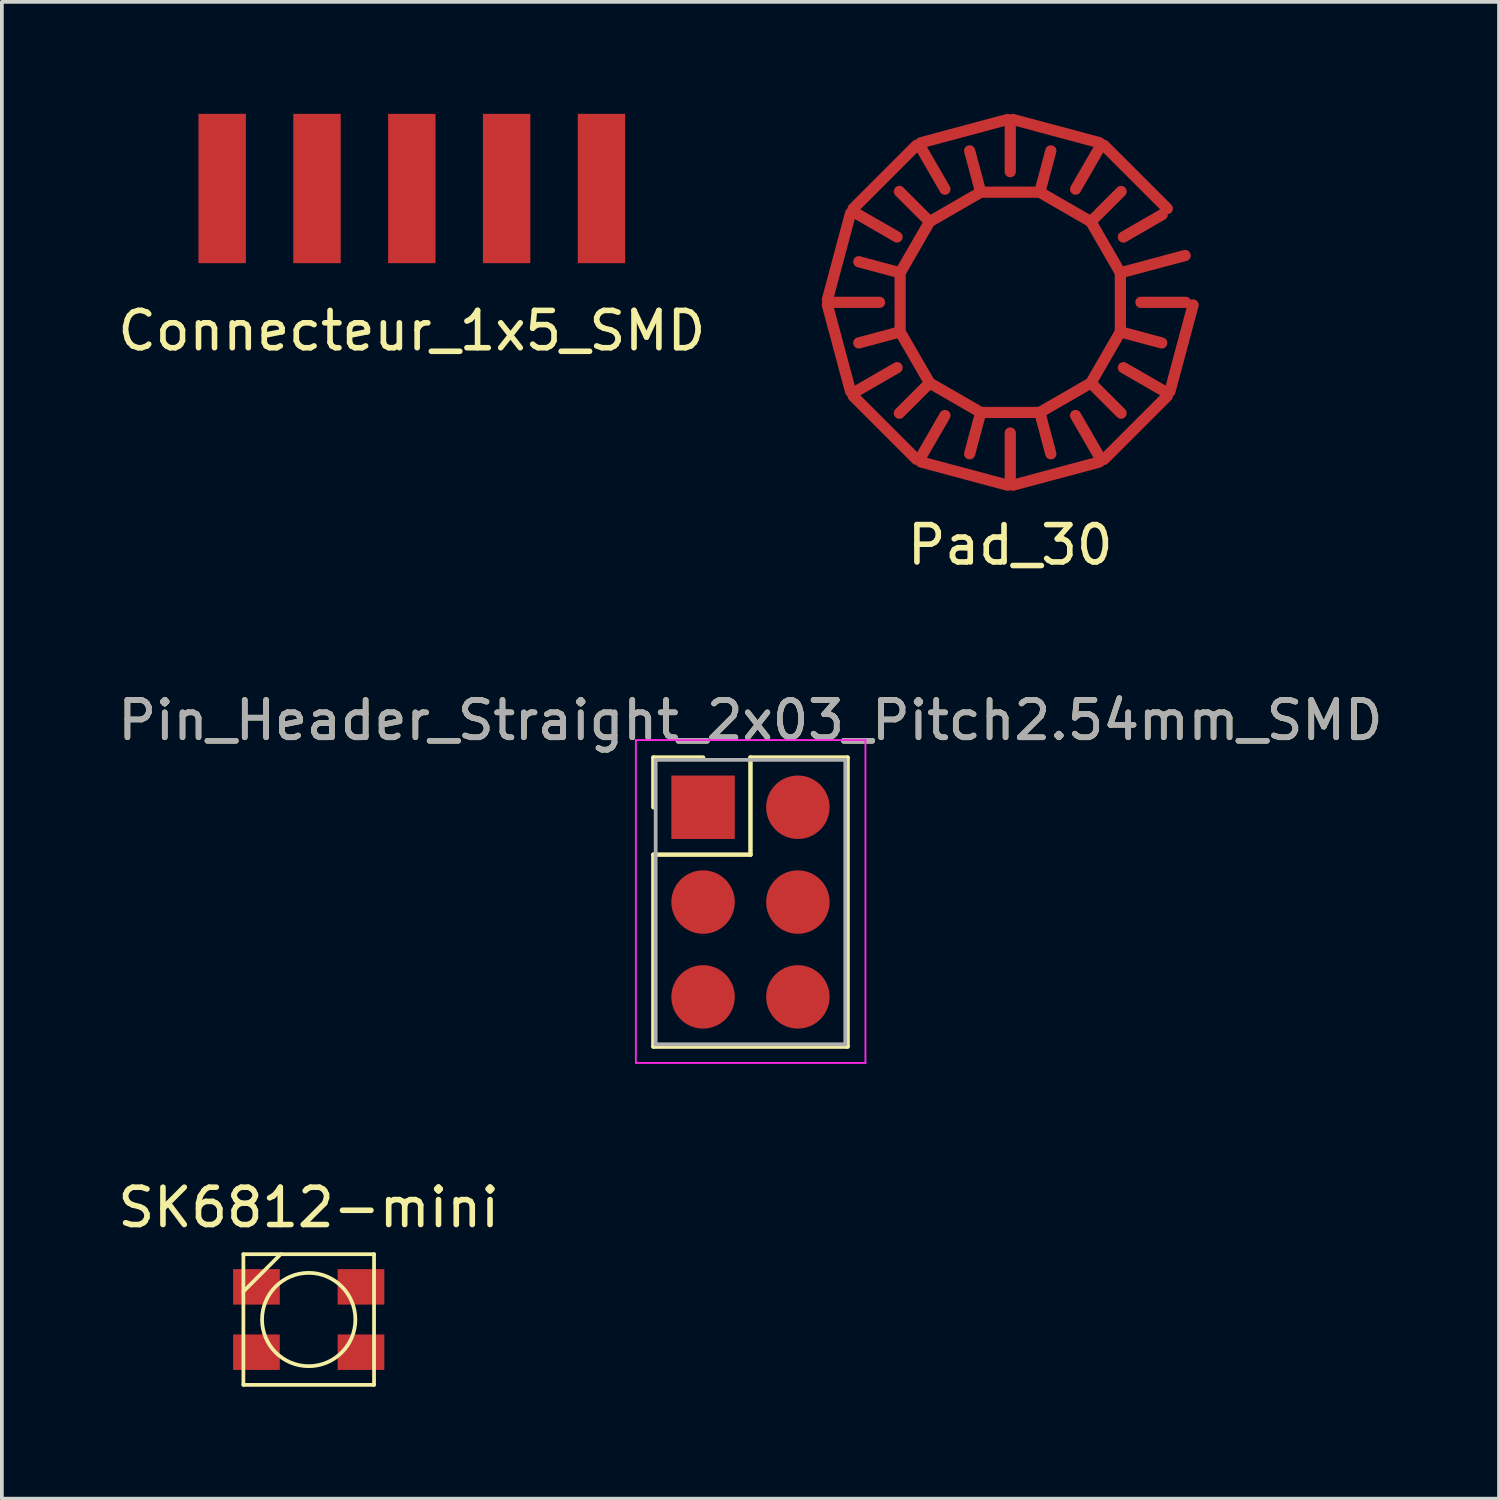
<source format=kicad_pcb>
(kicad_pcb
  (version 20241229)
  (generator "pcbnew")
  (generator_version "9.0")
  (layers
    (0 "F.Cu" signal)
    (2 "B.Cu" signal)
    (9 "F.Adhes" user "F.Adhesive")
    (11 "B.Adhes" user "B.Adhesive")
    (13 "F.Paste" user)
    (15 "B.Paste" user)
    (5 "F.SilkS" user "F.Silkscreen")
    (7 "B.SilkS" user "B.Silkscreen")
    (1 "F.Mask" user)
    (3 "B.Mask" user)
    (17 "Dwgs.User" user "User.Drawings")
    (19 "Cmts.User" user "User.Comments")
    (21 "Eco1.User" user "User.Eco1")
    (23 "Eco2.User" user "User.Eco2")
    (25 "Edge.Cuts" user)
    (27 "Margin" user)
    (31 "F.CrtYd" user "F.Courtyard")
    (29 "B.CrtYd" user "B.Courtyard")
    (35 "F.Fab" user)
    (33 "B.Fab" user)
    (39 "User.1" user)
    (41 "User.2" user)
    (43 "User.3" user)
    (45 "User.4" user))
  (footprint "Pad_30"
    (layer "F.Cu")
    (at 24.013 5.049)
    (property "Reference" "Pad_30" (at 0 6.5 0) (layer "F.SilkS") (effects (font (size 1 1) (thickness 0.15))))
    (attr through_hole)
    (fp_circle (center 0 0) (end 3.25 0) (stroke (width 0.3) (type solid)) (fill no) (layer "F.Mask"))
    (fp_circle (center 0 0) (end 3.5 0) (stroke (width 0.3) (type solid)) (fill no) (layer "F.Mask"))
    (fp_circle (center 0 0) (end 3.75 0.25) (stroke (width 0.3) (type solid)) (fill no) (layer "F.Mask"))
    (fp_circle (center 0 0) (end 4 0) (stroke (width 0.3) (type solid)) (fill no) (layer "F.Mask"))
    (fp_circle (center 0 0) (end 4.25 0) (stroke (width 0.3) (type solid)) (fill no) (layer "F.Mask"))
    (fp_circle (center 0 0) (end 4.5 0) (stroke (width 0.3) (type solid)) (fill no) (layer "F.Mask"))
    (fp_circle (center 0 0) (end 4.75 0) (stroke (width 0.3) (type solid)) (fill no) (layer "F.Mask"))
    (fp_line (start -2 -2) (end -2 2) (stroke (width 0.1) (type solid)) (layer "Eco1.User"))
    (fp_line (start -2 2) (end 2 2) (stroke (width 0.1) (type solid)) (layer "Eco1.User"))
    (fp_line (start 2 -2) (end -2 -2) (stroke (width 0.1) (type solid)) (layer "Eco1.User"))
    (fp_line (start 2 2) (end 2 -2) (stroke (width 0.1) (type solid)) (layer "Eco1.User"))
    (pad "1" connect oval (at -3.526 -0.945 165) (size 1.4 0.3) (layers "F.Cu" "F.Mask"))
    (pad "1" connect oval (at -3.526 0.945 195) (size 1.4 0.3) (layers "F.Cu" "F.Mask"))
    (pad "1" connect oval (at -2.95 0 180) (size 0.3 1.8) (layers "F.Cu" "F.Mask"))
    (pad "1" connect oval (at -2.581 2.581 225) (size 1.4 0.3) (layers "F.Cu" "F.Mask"))
    (pad "1" connect oval (at -2.581 -2.581 135) (size 1.4 0.3) (layers "F.Cu" "F.Mask"))
    (pad "1" connect oval (at -2.555 -1.475 150) (size 0.3 1.8) (layers "F.Cu" "F.Mask"))
    (pad "1" connect oval (at -2.555 1.475 210) (size 0.3 1.8) (layers "F.Cu" "F.Mask"))
    (pad "1" connect oval (at -1.475 -2.555 120) (size 0.3 1.8) (layers "F.Cu" "F.Mask"))
    (pad "1" connect oval (at -1.475 2.555 240) (size 0.3 1.8) (layers "F.Cu" "F.Mask"))
    (pad "1" connect oval (at -0.945 3.526 255) (size 1.4 0.3) (layers "F.Cu" "F.Mask"))
    (pad "1" connect oval (at -0.945 -3.526 105) (size 1.4 0.3) (layers "F.Cu" "F.Mask"))
    (pad "1" connect oval (at 0 -2.95 90) (size 0.3 1.8) (layers "F.Cu" "F.Mask"))
    (pad "1" connect oval (at 0 2.95 270) (size 0.3 1.8) (layers "F.Cu" "F.Mask"))
    (pad "1" connect oval (at 0.945 3.526 285) (size 1.4 0.3) (layers "F.Cu" "F.Mask"))
    (pad "1" connect oval (at 0.945 -3.526 75) (size 1.4 0.3) (layers "F.Cu" "F.Mask"))
    (pad "1" connect oval (at 1.475 -2.555 60) (size 0.3 1.8) (layers "F.Cu" "F.Mask"))
    (pad "1" connect oval (at 1.475 2.555 300) (size 0.3 1.8) (layers "F.Cu" "F.Mask"))
    (pad "1" connect oval (at 2.555 -1.475 30) (size 0.3 1.8) (layers "F.Cu" "F.Mask"))
    (pad "1" connect oval (at 2.555 1.475 330) (size 0.3 1.8) (layers "F.Cu" "F.Mask"))
    (pad "1" connect oval (at 2.581 2.581 315) (size 1.4 0.3) (layers "F.Cu" "F.Mask"))
    (pad "1" connect oval (at 2.581 -2.581 45) (size 1.4 0.3) (layers "F.Cu" "F.Mask"))
    (pad "1" connect oval (at 2.95 0) (size 0.3 1.8) (layers "F.Cu" "F.Mask"))
    (pad "1" connect oval (at 3.526 0.945 345) (size 1.4 0.3) (layers "F.Cu" "F.Mask"))
    (pad "1" connect oval (at 3.864 -1.035 15) (size 2 0.3) (layers "F.Cu" "F.Mask"))
    (pad "2" connect oval (at -4.588 -1.229 165) (size 0.3 2.7) (layers "F.Cu" "F.Mask"))
    (pad "2" connect oval (at -4.588 1.229 195) (size 0.3 2.7) (layers "F.Cu" "F.Mask"))
    (pad "2" connect oval (at -4.1 0 180) (size 1.5 0.3) (layers "F.Cu" "F.Mask"))
    (pad "2" connect oval (at -3.551 -2.05 150) (size 1.5 0.3) (layers "F.Cu" "F.Mask"))
    (pad "2" connect oval (at -3.551 2.05 210) (size 1.5 0.3) (layers "F.Cu" "F.Mask"))
    (pad "2" connect oval (at -3.359 3.359 225) (size 0.3 2.7) (layers "F.Cu" "F.Mask"))
    (pad "2" connect oval (at -3.359 -3.359 135) (size 0.3 2.7) (layers "F.Cu" "F.Mask"))
    (pad "2" connect oval (at -2.05 -3.551 120) (size 1.5 0.3) (layers "F.Cu" "F.Mask"))
    (pad "2" connect oval (at -2.05 3.551 240) (size 1.5 0.3) (layers "F.Cu" "F.Mask"))
    (pad "2" connect oval (at -1.229 4.588 255) (size 0.3 2.7) (layers "F.Cu" "F.Mask"))
    (pad "2" connect oval (at -1.229 -4.588 105) (size 0.3 2.7) (layers "F.Cu" "F.Mask"))
    (pad "2" connect oval (at 0 -4.1 90) (size 1.5 0.3) (layers "F.Cu" "F.Mask"))
    (pad "2" connect oval (at 0 4.1 270) (size 1.5 0.3) (layers "F.Cu" "F.Mask"))
    (pad "2" connect oval (at 1.229 4.588 285) (size 0.3 2.7) (layers "F.Cu" "F.Mask"))
    (pad "2" connect oval (at 1.229 -4.588 75) (size 0.3 2.7) (layers "F.Cu" "F.Mask"))
    (pad "2" connect oval (at 2.05 -3.551 60) (size 1.5 0.3) (layers "F.Cu" "F.Mask"))
    (pad "2" connect oval (at 2.05 3.551 300) (size 1.5 0.3) (layers "F.Cu" "F.Mask"))
    (pad "2" connect oval (at 3.359 3.359 315) (size 0.3 2.7) (layers "F.Cu" "F.Mask"))
    (pad "2" connect oval (at 3.359 -3.359 45) (size 0.3 2.7) (layers "F.Cu" "F.Mask"))
    (pad "2" connect oval (at 3.551 -2.05 30) (size 1.5 0.3) (layers "F.Cu" "F.Mask"))
    (pad "2" connect oval (at 3.551 2.05 330) (size 1.5 0.3) (layers "F.Cu" "F.Mask"))
    (pad "2" connect oval (at 4.1 0) (size 1.5 0.3) (layers "F.Cu" "F.Mask"))
    (pad "2" connect oval (at 4.588 1.229 345) (size 0.3 2.7) (layers "F.Cu" "F.Mask")))
  (footprint "Pin_Header_Straight_2x03_Pitch2.54mm_SMD"
    (layer "F.Cu")
    (at 15.784 18.575)
    (property "Reference" "Pin_Header_Straight_2x03_Pitch2.54mm_SMD" (at 1.27 -2.33 0) (layer "F.SilkS") (effects (font (size 1 1) (thickness 0.15))))
    (attr through_hole)
    (fp_line (start -1.33 -1.33) (end 0 -1.33) (stroke (width 0.12) (type solid)) (layer "F.SilkS"))
    (fp_line (start -1.33 0) (end -1.33 -1.33) (stroke (width 0.12) (type solid)) (layer "F.SilkS"))
    (fp_line (start -1.33 1.27) (end -1.33 6.41) (stroke (width 0.12) (type solid)) (layer "F.SilkS"))
    (fp_line (start -1.33 6.41) (end 3.87 6.41) (stroke (width 0.12) (type solid)) (layer "F.SilkS"))
    (fp_line (start 1.27 -1.33) (end 1.27 1.27) (stroke (width 0.12) (type solid)) (layer "F.SilkS"))
    (fp_line (start 1.27 1.27) (end -1.33 1.27) (stroke (width 0.12) (type solid)) (layer "F.SilkS"))
    (fp_line (start 3.87 -1.33) (end 1.27 -1.33) (stroke (width 0.12) (type solid)) (layer "F.SilkS"))
    (fp_line (start 3.87 6.41) (end 3.87 -1.33) (stroke (width 0.12) (type solid)) (layer "F.SilkS"))
    (fp_line (start -1.8 -1.8) (end -1.8 6.85) (stroke (width 0.05) (type solid)) (layer "F.CrtYd"))
    (fp_line (start -1.8 6.85) (end 4.35 6.85) (stroke (width 0.05) (type solid)) (layer "F.CrtYd"))
    (fp_line (start 4.35 -1.8) (end -1.8 -1.8) (stroke (width 0.05) (type solid)) (layer "F.CrtYd"))
    (fp_line (start 4.35 6.85) (end 4.35 -1.8) (stroke (width 0.05) (type solid)) (layer "F.CrtYd"))
    (fp_line (start -1.27 -1.27) (end -1.27 6.35) (stroke (width 0.1) (type solid)) (layer "F.Fab"))
    (fp_line (start -1.27 6.35) (end 3.81 6.35) (stroke (width 0.1) (type solid)) (layer "F.Fab"))
    (fp_line (start 3.81 -1.27) (end -1.27 -1.27) (stroke (width 0.1) (type solid)) (layer "F.Fab"))
    (fp_line (start 3.81 6.35) (end 3.81 -1.27) (stroke (width 0.1) (type solid)) (layer "F.Fab"))
    (fp_text user "${REFERENCE}" (at 1.27 -2.33 0) (layer "F.Fab") (effects (font (size 1 1) (thickness 0.15))))
    (pad "1" connect rect (at 0 0) (size 1.7 1.7) (layers "F.Cu" "F.Mask"))
    (pad "2" connect circle (at 2.54 0) (size 1.7 1.7) (layers "F.Cu" "F.Mask"))
    (pad "3" connect circle (at 0 2.54) (size 1.7 1.7) (layers "F.Cu" "F.Mask"))
    (pad "4" connect circle (at 2.54 2.54) (size 1.7 1.7) (layers "F.Cu" "F.Mask"))
    (pad "5" connect circle (at 0 5.08) (size 1.7 1.7) (layers "F.Cu" "F.Mask"))
    (pad "6" connect circle (at 2.54 5.08) (size 1.7 1.7) (layers "F.Cu" "F.Mask")))
  (footprint "SK6812-mini"
    (layer "F.Cu")
    (at 5.22 32.298)
    (property "Reference" "SK6812-mini" (at 0 -3 0) (layer "F.SilkS") (effects (font (size 1 1) (thickness 0.15))))
    (attr through_hole)
    (fp_line (start -1.75 -1.75) (end 1.75 -1.75) (stroke (width 0.1) (type solid)) (layer "F.SilkS"))
    (fp_line (start -1.75 -0.75) (end -0.75 -1.75) (stroke (width 0.1) (type solid)) (layer "F.SilkS"))
    (fp_line (start -1.75 1.75) (end -1.75 -1.75) (stroke (width 0.1) (type solid)) (layer "F.SilkS"))
    (fp_line (start 1.75 -1.75) (end 1.75 1.75) (stroke (width 0.1) (type solid)) (layer "F.SilkS"))
    (fp_line (start 1.75 1.75) (end -1.75 1.75) (stroke (width 0.1) (type solid)) (layer "F.SilkS"))
    (fp_circle (center 0 0) (end 0 -1.25) (stroke (width 0.1) (type solid)) (fill no) (layer "F.SilkS"))
    (pad "1" smd rect (at -1.4 -0.875) (size 1.25 0.95) (layers "F.Cu" "F.Mask" "F.Paste"))
    (pad "2" smd rect (at -1.4 0.875) (size 1.25 0.95) (layers "F.Cu" "F.Mask" "F.Paste"))
    (pad "3" smd rect (at 1.4 0.875) (size 1.25 0.95) (layers "F.Cu" "F.Mask" "F.Paste"))
    (pad "4" smd rect (at 1.4 -0.875) (size 1.25 0.95) (layers "F.Cu" "F.Mask" "F.Paste")))
  (footprint "Connecteur_1x5_SMD"
    (layer "F.Cu")
    (at 7.982 2)
    (property "Reference" "Connecteur_1x5_SMD" (at 0 3.81 0) (layer "F.SilkS") (effects (font (size 1 1) (thickness 0.15))))
    (attr through_hole)
    (pad "1" connect rect (at -5.08 0) (size 1.27 4) (layers "F.Cu" "F.Mask"))
    (pad "2" connect rect (at -2.54 0) (size 1.27 4) (layers "F.Cu" "F.Mask"))
    (pad "3" connect rect (at 0 0) (size 1.27 4) (layers "F.Cu" "F.Mask"))
    (pad "4" connect rect (at 2.54 0) (size 1.27 4) (layers "F.Cu" "F.Mask"))
    (pad "5" connect rect (at 5.08 0) (size 1.27 4) (layers "F.Cu" "F.Mask")))
  (gr_rect
    (start -3 -3)
    (end 37.107 37.098)
    (stroke (width 0.1) (type default))
    (fill no)
    (layer "Edge.Cuts")))
</source>
